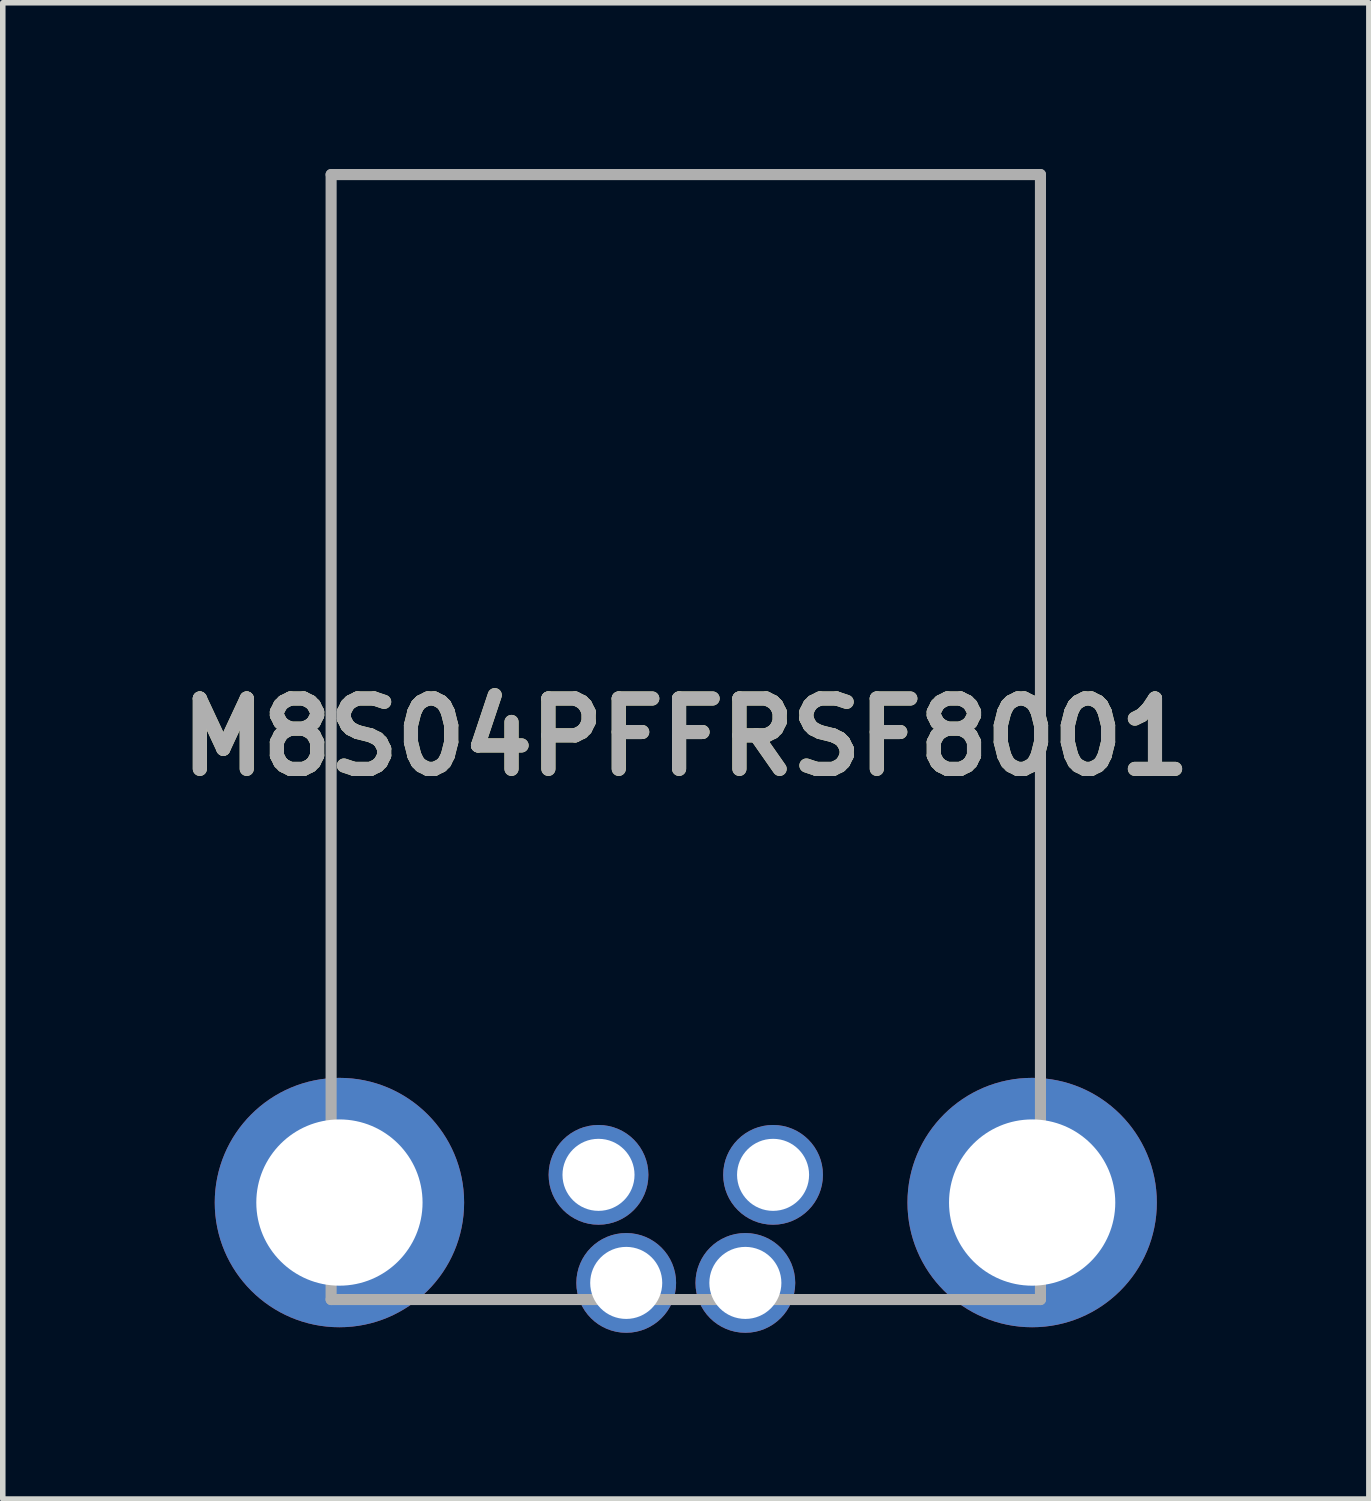
<source format=kicad_pcb>
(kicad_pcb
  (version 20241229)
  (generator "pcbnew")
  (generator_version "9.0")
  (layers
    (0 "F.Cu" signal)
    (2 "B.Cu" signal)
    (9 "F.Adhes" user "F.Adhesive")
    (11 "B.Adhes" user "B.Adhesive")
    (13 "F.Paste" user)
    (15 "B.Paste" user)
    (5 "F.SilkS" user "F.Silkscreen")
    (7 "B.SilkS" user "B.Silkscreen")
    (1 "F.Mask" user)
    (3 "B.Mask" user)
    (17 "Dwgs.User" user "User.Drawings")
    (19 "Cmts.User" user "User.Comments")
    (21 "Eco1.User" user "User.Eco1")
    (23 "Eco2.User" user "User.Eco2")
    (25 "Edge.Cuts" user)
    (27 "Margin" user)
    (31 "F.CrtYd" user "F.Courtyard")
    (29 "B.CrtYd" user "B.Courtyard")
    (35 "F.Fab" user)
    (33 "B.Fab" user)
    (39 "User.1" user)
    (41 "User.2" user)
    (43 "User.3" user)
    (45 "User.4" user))
  (footprint "M8S04PFFRSF8001"
    (layer "F.Cu")
    (at 8.25 20.1)
    (property "Reference" "M8S04PFFRSF8001" (at 1.075 -9.85 0) (layer "F.SilkS") (effects (font (size 1.27 1.27) (thickness 0.254))))
    (attr through_hole)
    (fp_line (start -5.325 -20) (end 7.475 -20) (stroke (width 0.1) (type solid)) (layer "F.SilkS"))
    (fp_line (start -5.325 -4.5) (end -5.325 -20) (stroke (width 0.1) (type solid)) (layer "F.SilkS"))
    (fp_line (start -2.925 0.3) (end -1.925 0.3) (stroke (width 0.1) (type solid)) (layer "F.SilkS"))
    (fp_line (start 4.075 0.3) (end 5.075 0.3) (stroke (width 0.1) (type solid)) (layer "F.SilkS"))
    (fp_line (start 7.475 -20) (end 7.475 -4.5) (stroke (width 0.1) (type solid)) (layer "F.SilkS"))
    (fp_line (start -5.325 -20) (end 7.475 -20) (stroke (width 0.2) (type solid)) (layer "F.Fab"))
    (fp_line (start -5.325 0.3) (end -5.325 -20) (stroke (width 0.2) (type solid)) (layer "F.Fab"))
    (fp_line (start 7.475 -20) (end 7.475 0.3) (stroke (width 0.2) (type solid)) (layer "F.Fab"))
    (fp_line (start 7.475 0.3) (end -5.325 0.3) (stroke (width 0.2) (type solid)) (layer "F.Fab"))
    (fp_text user "${REFERENCE}" (at 1.075 -9.85 0) (layer "F.Fab") (effects (font (size 1.27 1.27) (thickness 0.254))))
    (pad "1" thru_hole circle (at 0 0) (size 1.8 1.8) (drill 1.3) (layers "*.Cu" "*.Mask"))
    (pad "2" thru_hole circle (at 2.15 0) (size 1.8 1.8) (drill 1.3) (layers "*.Cu" "*.Mask"))
    (pad "3" thru_hole circle (at -0.5 -1.95) (size 1.8 1.8) (drill 1.3) (layers "*.Cu" "*.Mask"))
    (pad "4" thru_hole circle (at 2.65 -1.95) (size 1.8 1.8) (drill 1.3) (layers "*.Cu" "*.Mask"))
    (pad "MH1" thru_hole circle (at -5.175 -1.45) (size 4.5 4.5) (drill 3) (layers "*.Cu" "*.Mask"))
    (pad "MH2" thru_hole circle (at 7.325 -1.45) (size 4.5 4.5) (drill 3) (layers "*.Cu" "*.Mask")))
  (gr_rect
    (start -3 -3)
    (end 21.651 24)
    (stroke (width 0.1) (type default))
    (fill no)
    (layer "Edge.Cuts")))
</source>
